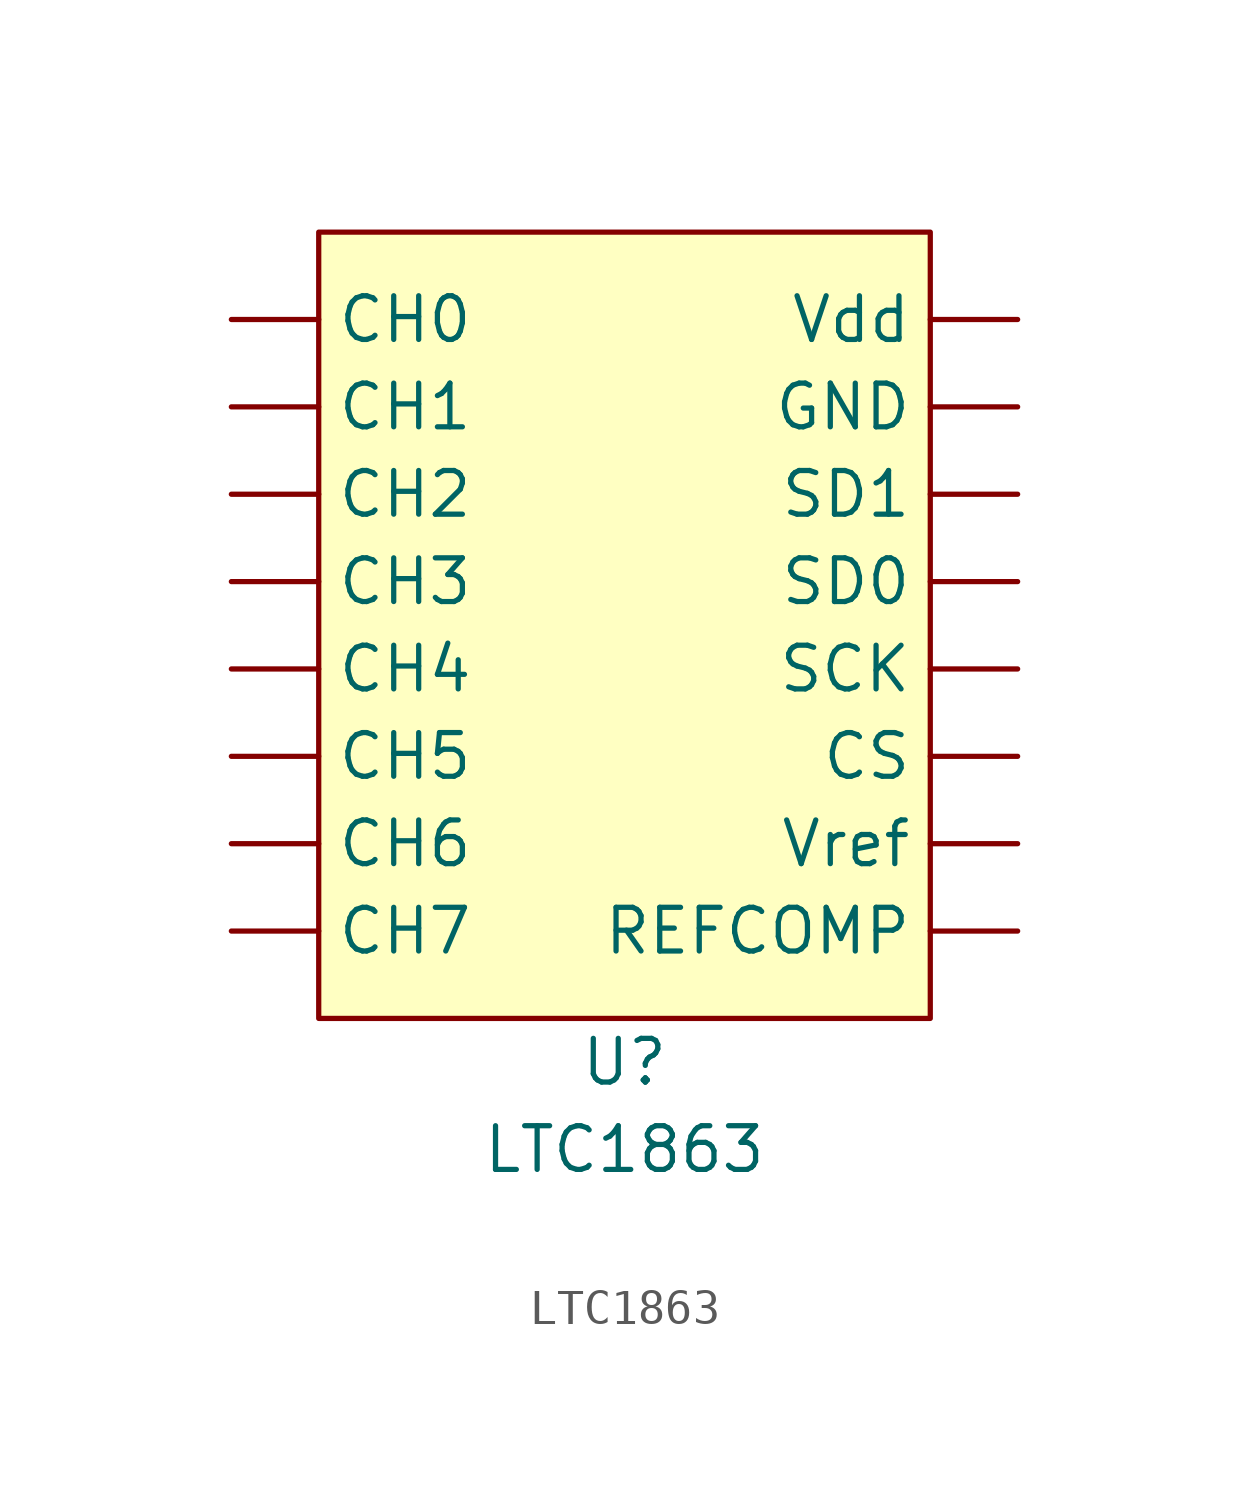
<source format=kicad_sym>
(kicad_symbol_lib
  (version 20220914)
  (generator kicad_symbol_editor)
  (symbol "LTC1863"
    (property "Reference" "U"
      (at 0 -12.7 0)
      (effects (font (size 1.27 1.27))))
    (property "Value" "LTC1863"
      (at 0 -15.24 0)
      (effects (font (size 1.27 1.27))))
    (symbol "LTC1863_1_1"
      (rectangle (start -8.89 11.43) (end 8.89 -11.43) (stroke (width 0) (type default)) (fill (type background)))
      (pin input line (at -11.43 8.89 0) (length 2.54) (name "CH0" (effects (font (size 1.27 1.27)))) (number "" (effects (font (size 1.27 1.27)))))
      (pin input line (at -11.43 6.35 0) (length 2.54) (name "CH1" (effects (font (size 1.27 1.27)))) (number "" (effects (font (size 1.27 1.27)))))
      (pin input line (at -11.43 3.81 0) (length 2.54) (name "CH2" (effects (font (size 1.27 1.27)))) (number "" (effects (font (size 1.27 1.27)))))
      (pin input line (at -11.43 1.27 0) (length 2.54) (name "CH3" (effects (font (size 1.27 1.27)))) (number "" (effects (font (size 1.27 1.27)))))
      (pin input line (at -11.43 -1.27 0) (length 2.54) (name "CH4" (effects (font (size 1.27 1.27)))) (number "" (effects (font (size 1.27 1.27)))))
      (pin input line (at -11.43 -3.81 0) (length 2.54) (name "CH5" (effects (font (size 1.27 1.27)))) (number "" (effects (font (size 1.27 1.27)))))
      (pin input line (at -11.43 -6.35 0) (length 2.54) (name "CH6" (effects (font (size 1.27 1.27)))) (number "" (effects (font (size 1.27 1.27)))))
      (pin input line (at -11.43 -8.89 0) (length 2.54) (name "CH7" (effects (font (size 1.27 1.27)))) (number "" (effects (font (size 1.27 1.27)))))
      (pin input line (at 11.43 -3.81 180) (length 2.54) (name "CS" (effects (font (size 1.27 1.27)))) (number "" (effects (font (size 1.27 1.27)))))
      (pin input line (at 11.43 6.35 180) (length 2.54) (name "GND" (effects (font (size 1.27 1.27)))) (number "" (effects (font (size 1.27 1.27)))))
      (pin input line (at 11.43 -8.89 180) (length 2.54) (name "REFCOMP" (effects (font (size 1.27 1.27)))) (number "" (effects (font (size 1.27 1.27)))))
      (pin input line (at 11.43 -1.27 180) (length 2.54) (name "SCK" (effects (font (size 1.27 1.27)))) (number "" (effects (font (size 1.27 1.27)))))
      (pin input line (at 11.43 1.27 180) (length 2.54) (name "SD0" (effects (font (size 1.27 1.27)))) (number "" (effects (font (size 1.27 1.27)))))
      (pin input line (at 11.43 3.81 180) (length 2.54) (name "SD1" (effects (font (size 1.27 1.27)))) (number "" (effects (font (size 1.27 1.27)))))
      (pin input line (at 11.43 8.89 180) (length 2.54) (name "Vdd" (effects (font (size 1.27 1.27)))) (number "" (effects (font (size 1.27 1.27)))))
      (pin input line (at 11.43 -6.35 180) (length 2.54) (name "Vref" (effects (font (size 1.27 1.27)))) (number "" (effects (font (size 1.27 1.27))))))))
</source>
